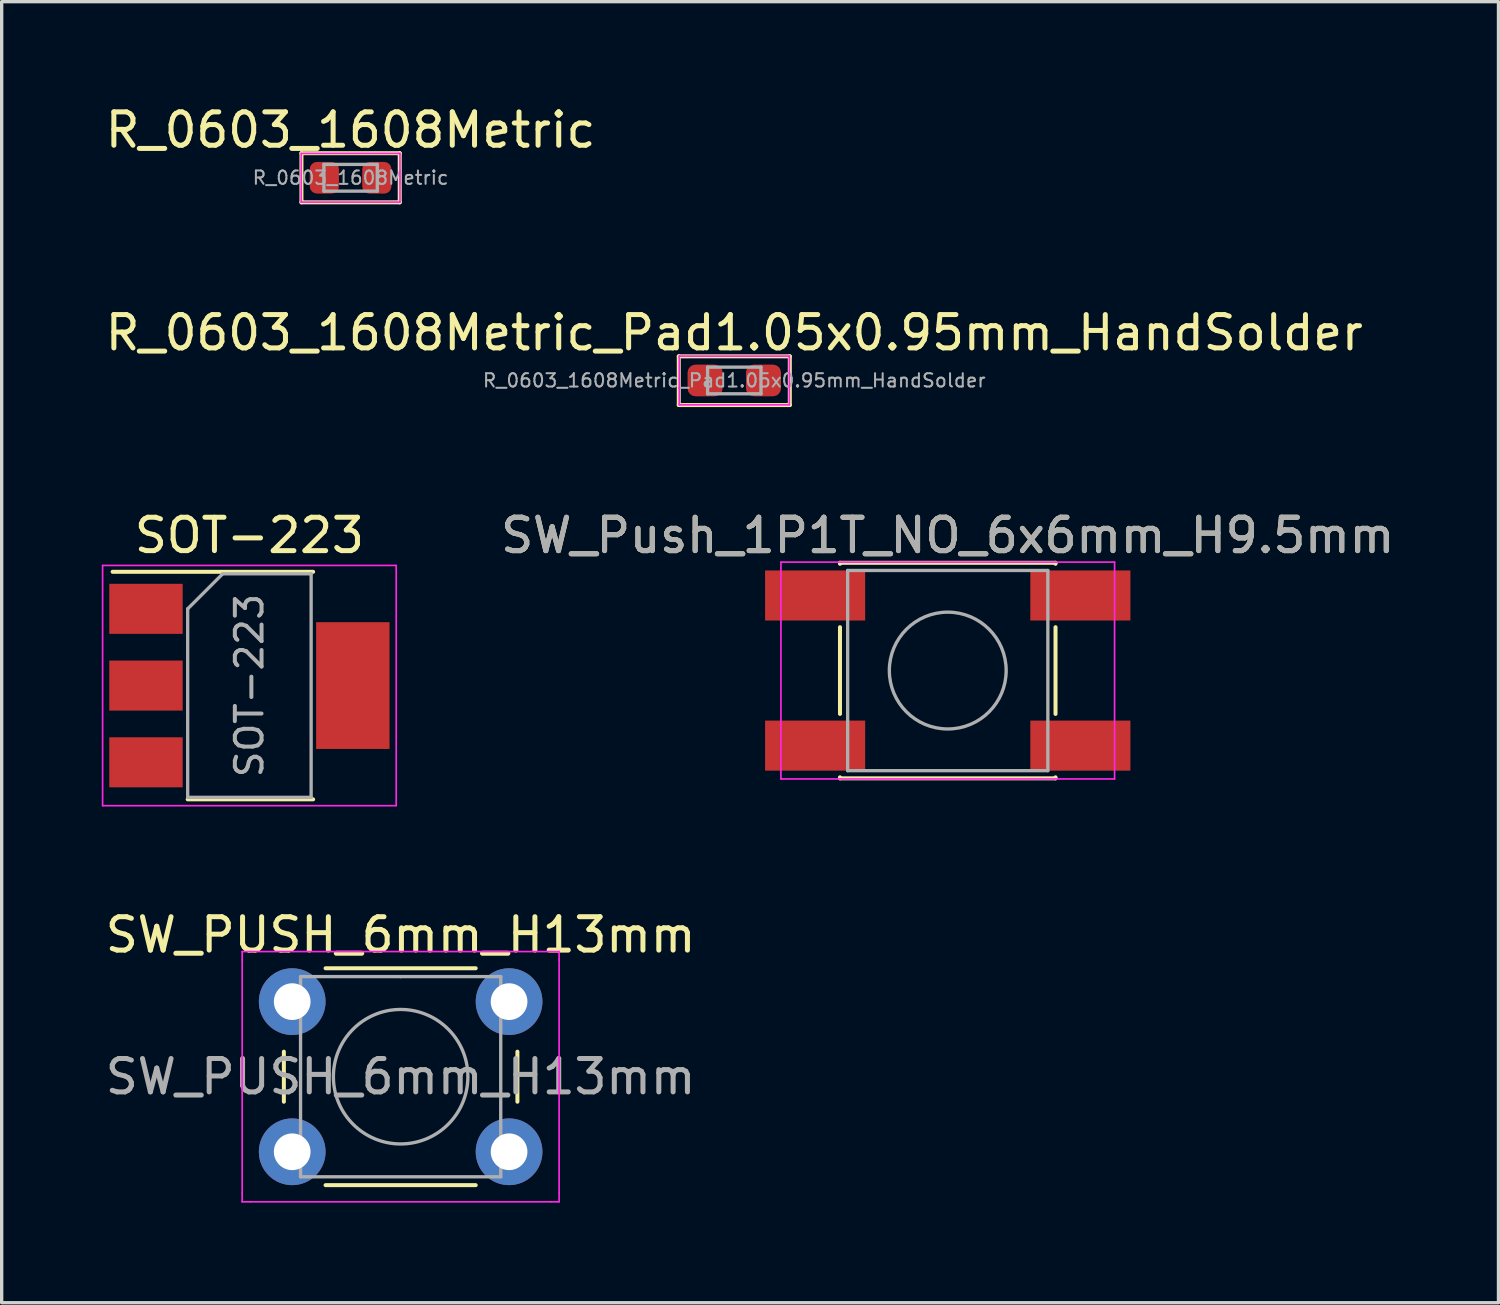
<source format=kicad_pcb>
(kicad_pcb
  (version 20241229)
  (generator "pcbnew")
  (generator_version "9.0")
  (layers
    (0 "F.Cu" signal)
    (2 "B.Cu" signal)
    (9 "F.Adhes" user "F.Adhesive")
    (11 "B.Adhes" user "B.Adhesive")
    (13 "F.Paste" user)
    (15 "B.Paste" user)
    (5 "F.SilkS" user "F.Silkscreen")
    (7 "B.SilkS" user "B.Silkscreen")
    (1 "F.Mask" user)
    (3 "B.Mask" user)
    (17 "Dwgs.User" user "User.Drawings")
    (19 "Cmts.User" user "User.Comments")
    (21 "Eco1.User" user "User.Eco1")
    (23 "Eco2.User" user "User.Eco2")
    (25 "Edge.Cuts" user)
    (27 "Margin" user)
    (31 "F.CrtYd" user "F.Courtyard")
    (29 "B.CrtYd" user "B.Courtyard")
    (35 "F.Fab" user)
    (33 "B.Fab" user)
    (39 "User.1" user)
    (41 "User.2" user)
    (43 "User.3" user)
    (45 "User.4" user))
  (footprint "SW_Push_1P1T_NO_6x6mm_H9.5mm"
    (layer "F.Cu")
    (at 25.356 17.048)
    (property "Reference" "SW_Push_1P1T_NO_6x6mm_H9.5mm" (at 0 -4.05 0) (layer "F.SilkS") (effects (font (size 1 1) (thickness 0.15))))
    (attr smd)
    (fp_line (start -3.23 -3.23) (end 3.23 -3.23) (stroke (width 0.12) (type solid)) (layer "F.SilkS"))
    (fp_line (start -3.23 -3.2) (end -3.23 -3.23) (stroke (width 0.12) (type solid)) (layer "F.SilkS"))
    (fp_line (start -3.23 -1.3) (end -3.23 1.3) (stroke (width 0.12) (type solid)) (layer "F.SilkS"))
    (fp_line (start -3.23 3.23) (end -3.23 3.2) (stroke (width 0.12) (type solid)) (layer "F.SilkS"))
    (fp_line (start -3.23 3.23) (end 3.23 3.23) (stroke (width 0.12) (type solid)) (layer "F.SilkS"))
    (fp_line (start 3.23 -3.23) (end 3.23 -3.2) (stroke (width 0.12) (type solid)) (layer "F.SilkS"))
    (fp_line (start 3.23 -1.3) (end 3.23 1.3) (stroke (width 0.12) (type solid)) (layer "F.SilkS"))
    (fp_line (start 3.23 3.23) (end 3.23 3.2) (stroke (width 0.12) (type solid)) (layer "F.SilkS"))
    (fp_line (start -5 -3.25) (end -5 3.25) (stroke (width 0.05) (type solid)) (layer "F.CrtYd"))
    (fp_line (start -5 -3.25) (end 5 -3.25) (stroke (width 0.05) (type solid)) (layer "F.CrtYd"))
    (fp_line (start -5 3.25) (end 5 3.25) (stroke (width 0.05) (type solid)) (layer "F.CrtYd"))
    (fp_line (start 5 3.25) (end 5 -3.25) (stroke (width 0.05) (type solid)) (layer "F.CrtYd"))
    (fp_line (start -3 -3) (end -3 3) (stroke (width 0.1) (type solid)) (layer "F.Fab"))
    (fp_line (start -3 3) (end 3 3) (stroke (width 0.1) (type solid)) (layer "F.Fab"))
    (fp_line (start 3 -3) (end -3 -3) (stroke (width 0.1) (type solid)) (layer "F.Fab"))
    (fp_line (start 3 3) (end 3 -3) (stroke (width 0.1) (type solid)) (layer "F.Fab"))
    (fp_circle (center 0 0) (end 1.75 -0.05) (stroke (width 0.1) (type solid)) (fill no) (layer "F.Fab"))
    (fp_text user "${REFERENCE}" (at 0 -4.05 0) (layer "F.Fab") (effects (font (size 1 1) (thickness 0.15))))
    (pad "1" smd rect (at -3.975 -2.25) (size 3 1.5) (layers "F.Cu" "F.Mask" "F.Paste"))
    (pad "1" smd rect (at 3.975 -2.25) (size 3 1.5) (layers "F.Cu" "F.Mask" "F.Paste"))
    (pad "2" smd rect (at -3.975 2.25) (size 3 1.5) (layers "F.Cu" "F.Mask" "F.Paste"))
    (pad "2" smd rect (at 3.975 2.25) (size 3 1.5) (layers "F.Cu" "F.Mask" "F.Paste")))
  (footprint "R_0603_1608Metric"
    (layer "F.Cu")
    (at 7.458 2.278)
    (property "Reference" "R_0603_1608Metric" (at 0 -1.43 0) (layer "F.SilkS") (effects (font (size 1 1) (thickness 0.15))))
    (attr smd)
    (fp_line (start -1.473 -0.737) (end -1.473 0.737) (stroke (width 0.12) (type solid)) (layer "F.SilkS"))
    (fp_line (start -1.473 -0.737) (end 1.473 -0.737) (stroke (width 0.12) (type solid)) (layer "F.SilkS"))
    (fp_line (start -1.473 0.737) (end 1.473 0.737) (stroke (width 0.12) (type solid)) (layer "F.SilkS"))
    (fp_line (start 1.473 -0.737) (end 1.473 0.737) (stroke (width 0.12) (type solid)) (layer "F.SilkS"))
    (fp_line (start -1.48 -0.73) (end 1.48 -0.73) (stroke (width 0.05) (type solid)) (layer "F.CrtYd"))
    (fp_line (start -1.48 0.73) (end -1.48 -0.73) (stroke (width 0.05) (type solid)) (layer "F.CrtYd"))
    (fp_line (start 1.48 -0.73) (end 1.48 0.73) (stroke (width 0.05) (type solid)) (layer "F.CrtYd"))
    (fp_line (start 1.48 0.73) (end -1.48 0.73) (stroke (width 0.05) (type solid)) (layer "F.CrtYd"))
    (fp_line (start -0.8 -0.4) (end 0.8 -0.4) (stroke (width 0.1) (type solid)) (layer "F.Fab"))
    (fp_line (start -0.8 0.4) (end -0.8 -0.4) (stroke (width 0.1) (type solid)) (layer "F.Fab"))
    (fp_line (start 0.8 -0.4) (end 0.8 0.4) (stroke (width 0.1) (type solid)) (layer "F.Fab"))
    (fp_line (start 0.8 0.4) (end -0.8 0.4) (stroke (width 0.1) (type solid)) (layer "F.Fab"))
    (fp_text user "${REFERENCE}" (at 0 0 0) (layer "F.Fab") (effects (font (size 0.4 0.4) (thickness 0.06))))
    (pad "1" smd roundrect (at -0.787 0) (size 0.875 0.95) (layers "F.Cu" "F.Mask" "F.Paste") (roundrect_rratio 0.25))
    (pad "2" smd roundrect (at 0.787 0) (size 0.875 0.95) (layers "F.Cu" "F.Mask" "F.Paste") (roundrect_rratio 0.25)))
  (footprint "R_0603_1608Metric_Pad1.05x0.95mm_HandSolder"
    (layer "F.Cu")
    (at 18.958 8.353)
    (property "Reference" "R_0603_1608Metric_Pad1.05x0.95mm_HandSolder" (at 0 -1.43 0) (layer "F.SilkS") (effects (font (size 1 1) (thickness 0.15))))
    (attr smd)
    (fp_line (start -1.664 -0.724) (end -1.664 0.737) (stroke (width 0.12) (type solid)) (layer "F.SilkS"))
    (fp_line (start -1.664 -0.724) (end 1.664 -0.724) (stroke (width 0.12) (type solid)) (layer "F.SilkS"))
    (fp_line (start -1.664 0.737) (end 1.664 0.737) (stroke (width 0.12) (type solid)) (layer "F.SilkS"))
    (fp_line (start 1.664 -0.724) (end 1.664 0.737) (stroke (width 0.12) (type solid)) (layer "F.SilkS"))
    (fp_line (start -1.65 -0.73) (end 1.65 -0.73) (stroke (width 0.05) (type solid)) (layer "F.CrtYd"))
    (fp_line (start -1.65 0.73) (end -1.65 -0.73) (stroke (width 0.05) (type solid)) (layer "F.CrtYd"))
    (fp_line (start 1.65 -0.73) (end 1.65 0.73) (stroke (width 0.05) (type solid)) (layer "F.CrtYd"))
    (fp_line (start 1.65 0.73) (end -1.65 0.73) (stroke (width 0.05) (type solid)) (layer "F.CrtYd"))
    (fp_line (start -0.8 -0.4) (end 0.8 -0.4) (stroke (width 0.1) (type solid)) (layer "F.Fab"))
    (fp_line (start -0.8 0.4) (end -0.8 -0.4) (stroke (width 0.1) (type solid)) (layer "F.Fab"))
    (fp_line (start 0.8 -0.4) (end 0.8 0.4) (stroke (width 0.1) (type solid)) (layer "F.Fab"))
    (fp_line (start 0.8 0.4) (end -0.8 0.4) (stroke (width 0.1) (type solid)) (layer "F.Fab"))
    (fp_text user "${REFERENCE}" (at 0 0 0) (layer "F.Fab") (effects (font (size 0.4 0.4) (thickness 0.06))))
    (pad "1" smd roundrect (at -0.875 0) (size 1.05 0.95) (layers "F.Cu" "F.Mask" "F.Paste") (roundrect_rratio 0.25))
    (pad "2" smd roundrect (at 0.875 0) (size 1.05 0.95) (layers "F.Cu" "F.Mask" "F.Paste") (roundrect_rratio 0.25)))
  (footprint "SW_PUSH_6mm_H13mm"
    (layer "F.Cu")
    (at 5.708 26.971)
    (property "Reference" "SW_PUSH_6mm_H13mm" (at 3.25 -2 0) (layer "F.SilkS") (effects (font (size 1 1) (thickness 0.15))))
    (attr through_hole)
    (fp_line (start -0.25 1.5) (end -0.25 3) (stroke (width 0.12) (type solid)) (layer "F.SilkS"))
    (fp_line (start 1 5.5) (end 5.5 5.5) (stroke (width 0.12) (type solid)) (layer "F.SilkS"))
    (fp_line (start 5.5 -1) (end 1 -1) (stroke (width 0.12) (type solid)) (layer "F.SilkS"))
    (fp_line (start 6.75 3) (end 6.75 1.5) (stroke (width 0.12) (type solid)) (layer "F.SilkS"))
    (fp_line (start -1.5 -1.5) (end -1.25 -1.5) (stroke (width 0.05) (type solid)) (layer "F.CrtYd"))
    (fp_line (start -1.5 -1.25) (end -1.5 -1.5) (stroke (width 0.05) (type solid)) (layer "F.CrtYd"))
    (fp_line (start -1.5 5.75) (end -1.5 -1.25) (stroke (width 0.05) (type solid)) (layer "F.CrtYd"))
    (fp_line (start -1.5 5.75) (end -1.5 6) (stroke (width 0.05) (type solid)) (layer "F.CrtYd"))
    (fp_line (start -1.5 6) (end -1.25 6) (stroke (width 0.05) (type solid)) (layer "F.CrtYd"))
    (fp_line (start -1.25 -1.5) (end 7.75 -1.5) (stroke (width 0.05) (type solid)) (layer "F.CrtYd"))
    (fp_line (start 7.75 -1.5) (end 8 -1.5) (stroke (width 0.05) (type solid)) (layer "F.CrtYd"))
    (fp_line (start 7.75 6) (end -1.25 6) (stroke (width 0.05) (type solid)) (layer "F.CrtYd"))
    (fp_line (start 7.75 6) (end 8 6) (stroke (width 0.05) (type solid)) (layer "F.CrtYd"))
    (fp_line (start 8 -1.5) (end 8 -1.25) (stroke (width 0.05) (type solid)) (layer "F.CrtYd"))
    (fp_line (start 8 -1.25) (end 8 5.75) (stroke (width 0.05) (type solid)) (layer "F.CrtYd"))
    (fp_line (start 8 6) (end 8 5.75) (stroke (width 0.05) (type solid)) (layer "F.CrtYd"))
    (fp_line (start 0.25 -0.75) (end 3.25 -0.75) (stroke (width 0.1) (type solid)) (layer "F.Fab"))
    (fp_line (start 0.25 5.25) (end 0.25 -0.75) (stroke (width 0.1) (type solid)) (layer "F.Fab"))
    (fp_line (start 3.25 -0.75) (end 6.25 -0.75) (stroke (width 0.1) (type solid)) (layer "F.Fab"))
    (fp_line (start 6.25 -0.75) (end 6.25 5.25) (stroke (width 0.1) (type solid)) (layer "F.Fab"))
    (fp_line (start 6.25 5.25) (end 0.25 5.25) (stroke (width 0.1) (type solid)) (layer "F.Fab"))
    (fp_circle (center 3.25 2.25) (end 1.25 2.5) (stroke (width 0.1) (type solid)) (fill no) (layer "F.Fab"))
    (fp_text user "${REFERENCE}" (at 3.25 2.25 0) (layer "F.Fab") (effects (font (size 1 1) (thickness 0.15))))
    (pad "1" thru_hole circle (at 0 0 90) (size 2 2) (drill 1.1) (layers "*.Cu" "*.Mask"))
    (pad "1" thru_hole circle (at 6.5 0 90) (size 2 2) (drill 1.1) (layers "*.Cu" "*.Mask"))
    (pad "2" thru_hole circle (at 0 4.5 90) (size 2 2) (drill 1.1) (layers "*.Cu" "*.Mask"))
    (pad "2" thru_hole circle (at 6.5 4.5 90) (size 2 2) (drill 1.1) (layers "*.Cu" "*.Mask")))
  (footprint "SOT-223"
    (layer "F.Cu")
    (at 4.425 17.498)
    (property "Reference" "SOT-223" (at 0 -4.5 0) (layer "F.SilkS") (effects (font (size 1 1) (thickness 0.15))))
    (attr smd)
    (fp_line (start -4.1 -3.41) (end 1.91 -3.41) (stroke (width 0.12) (type solid)) (layer "F.SilkS"))
    (fp_line (start -1.85 3.41) (end 1.91 3.41) (stroke (width 0.12) (type solid)) (layer "F.SilkS"))
    (fp_line (start -4.4 -3.6) (end -4.4 3.6) (stroke (width 0.05) (type solid)) (layer "F.CrtYd"))
    (fp_line (start -4.4 3.6) (end 4.4 3.6) (stroke (width 0.05) (type solid)) (layer "F.CrtYd"))
    (fp_line (start 4.4 -3.6) (end -4.4 -3.6) (stroke (width 0.05) (type solid)) (layer "F.CrtYd"))
    (fp_line (start 4.4 3.6) (end 4.4 -3.6) (stroke (width 0.05) (type solid)) (layer "F.CrtYd"))
    (fp_line (start -1.85 -2.3) (end -1.85 3.35) (stroke (width 0.1) (type solid)) (layer "F.Fab"))
    (fp_line (start -1.85 -2.3) (end -0.8 -3.35) (stroke (width 0.1) (type solid)) (layer "F.Fab"))
    (fp_line (start -1.85 3.35) (end 1.85 3.35) (stroke (width 0.1) (type solid)) (layer "F.Fab"))
    (fp_line (start -0.8 -3.35) (end 1.85 -3.35) (stroke (width 0.1) (type solid)) (layer "F.Fab"))
    (fp_line (start 1.85 -3.35) (end 1.85 3.35) (stroke (width 0.1) (type solid)) (layer "F.Fab"))
    (fp_text user "${REFERENCE}" (at 0 0 90) (layer "F.Fab") (effects (font (size 0.8 0.8) (thickness 0.12))))
    (pad "1" smd rect (at -3.1 -2.3) (size 2.2 1.5) (layers "F.Cu" "F.Mask" "F.Paste"))
    (pad "2" smd rect (at -3.1 0) (size 2.2 1.5) (layers "F.Cu" "F.Mask" "F.Paste"))
    (pad "3" smd rect (at -3.1 2.3) (size 2.2 1.5) (layers "F.Cu" "F.Mask" "F.Paste"))
    (pad "4" smd rect (at 3.1 0) (size 2.2 3.8) (layers "F.Cu" "F.Mask" "F.Paste")))
  (gr_rect
    (start -3 -3)
    (end 41.862 35.996)
    (stroke (width 0.1) (type default))
    (fill no)
    (layer "Edge.Cuts")))
</source>
